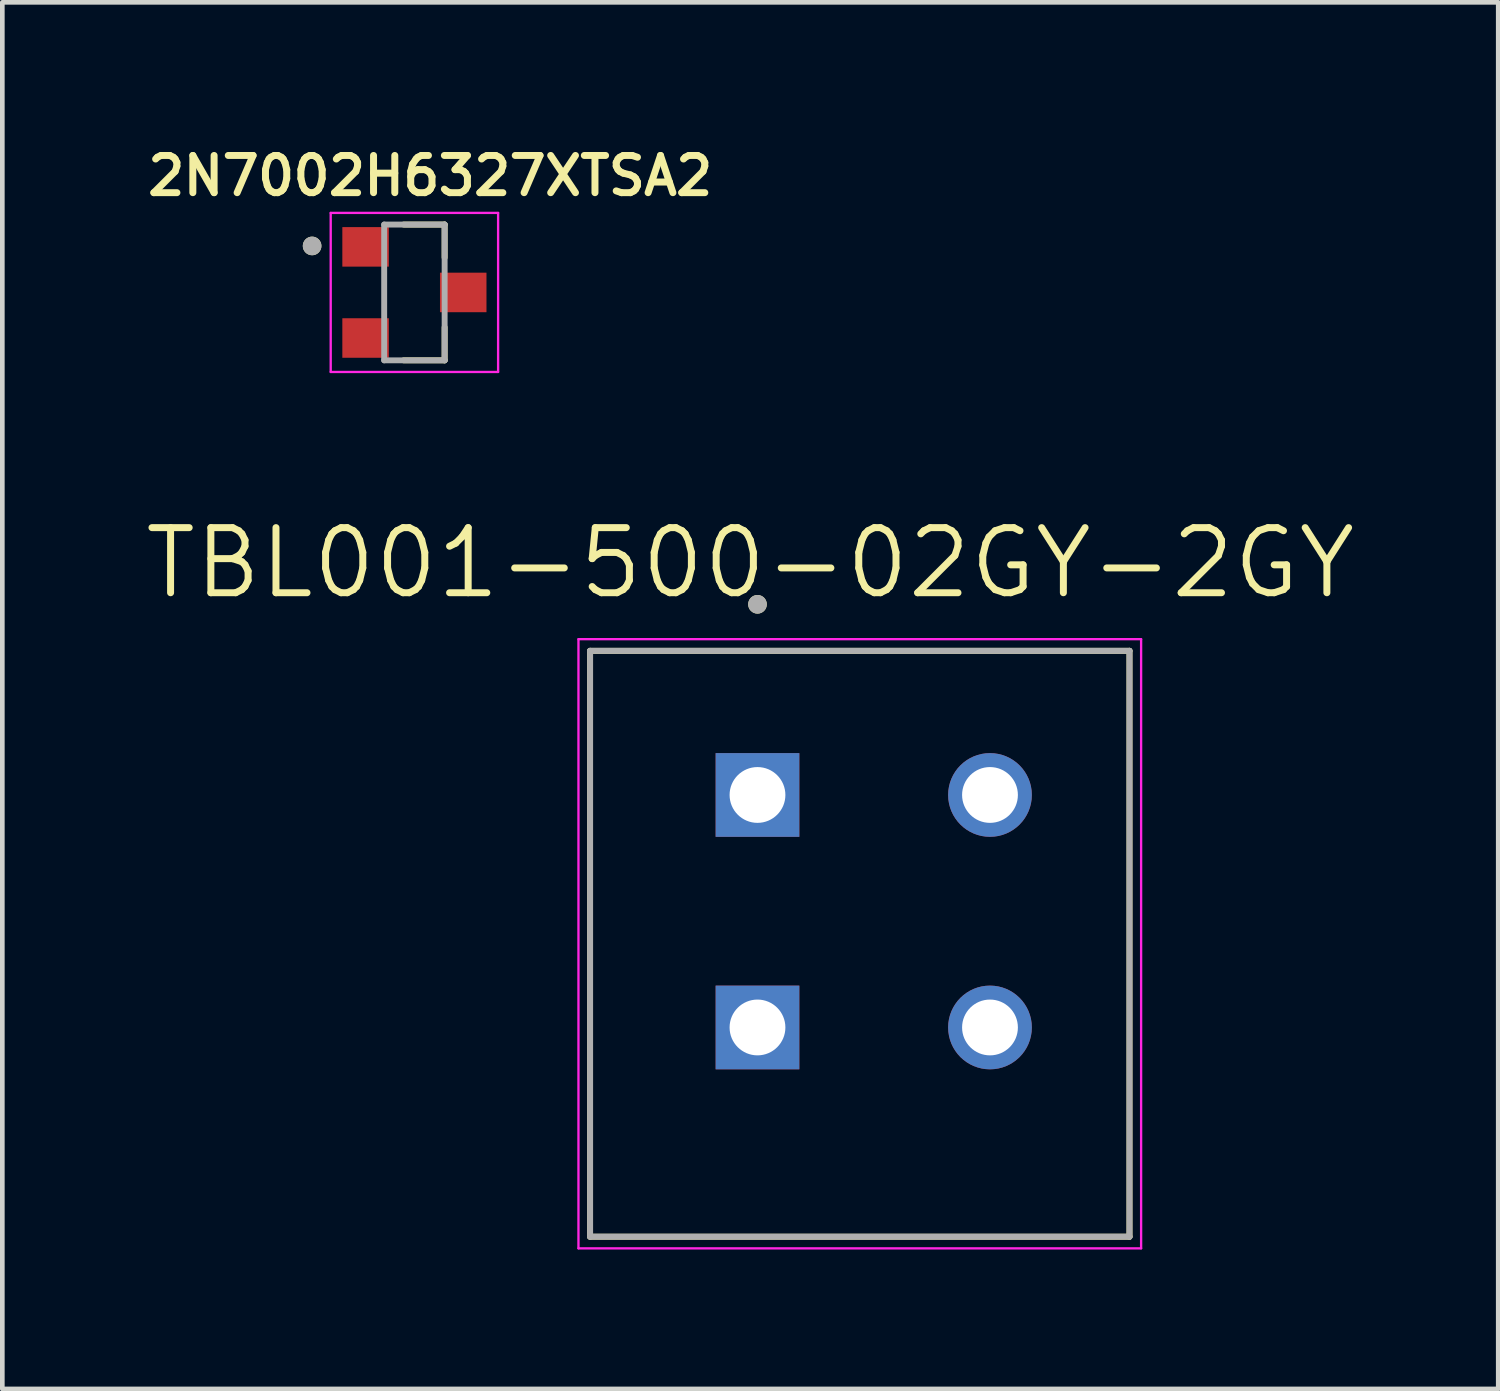
<source format=kicad_pcb>
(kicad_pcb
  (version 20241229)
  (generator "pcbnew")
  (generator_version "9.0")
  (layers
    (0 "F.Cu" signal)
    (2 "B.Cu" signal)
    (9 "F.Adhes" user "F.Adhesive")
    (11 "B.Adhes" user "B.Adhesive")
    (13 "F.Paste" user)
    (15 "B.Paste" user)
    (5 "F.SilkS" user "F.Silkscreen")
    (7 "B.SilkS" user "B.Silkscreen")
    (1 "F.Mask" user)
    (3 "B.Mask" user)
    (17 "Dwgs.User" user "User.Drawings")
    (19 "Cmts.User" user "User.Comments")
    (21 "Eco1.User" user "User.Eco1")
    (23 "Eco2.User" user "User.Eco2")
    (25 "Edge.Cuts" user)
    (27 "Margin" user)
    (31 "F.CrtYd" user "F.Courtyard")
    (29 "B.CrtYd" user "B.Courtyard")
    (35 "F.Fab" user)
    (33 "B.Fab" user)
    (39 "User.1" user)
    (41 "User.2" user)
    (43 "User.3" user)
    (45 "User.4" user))
  (footprint "TBL001-500-02GY-2GY"
    (layer "F.Cu")
    (at 13.24 14.046)
    (property "Reference" "TBL001-500-02GY-2GY" (at -0.155 -4.989 0) (layer "F.SilkS") (effects (font (size 1.4 1.4) (thickness 0.15))))
    (attr through_hole)
    (fp_line (start -3.6 -3.1) (end 8 -3.1) (stroke (width 0.127) (type solid)) (layer "F.SilkS"))
    (fp_line (start -3.6 9.5) (end -3.6 -3.1) (stroke (width 0.127) (type solid)) (layer "F.SilkS"))
    (fp_line (start 8 -3.1) (end 8 9.5) (stroke (width 0.127) (type solid)) (layer "F.SilkS"))
    (fp_line (start 8 9.5) (end -3.6 9.5) (stroke (width 0.127) (type solid)) (layer "F.SilkS"))
    (fp_circle (center 0 -4.1) (end 0.1 -4.1) (stroke (width 0.2) (type solid)) (fill no) (layer "F.SilkS"))
    (fp_line (start -3.85 -3.35) (end 8.25 -3.35) (stroke (width 0.05) (type solid)) (layer "F.CrtYd"))
    (fp_line (start -3.85 9.75) (end -3.85 -3.35) (stroke (width 0.05) (type solid)) (layer "F.CrtYd"))
    (fp_line (start 8.25 -3.35) (end 8.25 9.75) (stroke (width 0.05) (type solid)) (layer "F.CrtYd"))
    (fp_line (start 8.25 9.75) (end -3.85 9.75) (stroke (width 0.05) (type solid)) (layer "F.CrtYd"))
    (fp_line (start -3.6 -3.1) (end 8 -3.1) (stroke (width 0.127) (type solid)) (layer "F.Fab"))
    (fp_line (start -3.6 9.5) (end -3.6 -3.1) (stroke (width 0.127) (type solid)) (layer "F.Fab"))
    (fp_line (start 8 -3.1) (end 8 9.5) (stroke (width 0.127) (type solid)) (layer "F.Fab"))
    (fp_line (start 8 9.5) (end -3.6 9.5) (stroke (width 0.127) (type solid)) (layer "F.Fab"))
    (fp_circle (center 0 -4.1) (end 0.1 -4.1) (stroke (width 0.2) (type solid)) (fill no) (layer "F.Fab"))
    (pad "1_A" thru_hole rect (at 0 0) (size 1.8 1.8) (drill 1.2) (layers "*.Cu" "*.Mask"))
    (pad "1_B" thru_hole rect (at 0 5) (size 1.8 1.8) (drill 1.2) (layers "*.Cu" "*.Mask"))
    (pad "2_A" thru_hole circle (at 5 0) (size 1.8 1.8) (drill 1.2) (layers "*.Cu" "*.Mask"))
    (pad "2_B" thru_hole circle (at 5 5) (size 1.8 1.8) (drill 1.2) (layers "*.Cu" "*.Mask")))
  (footprint "2N7002H6327XTSA2"
    (layer "F.Cu")
    (at 5.862 3.239)
    (property "Reference" "2N7002H6327XTSA2" (at 0.34 -2.508 0) (layer "F.SilkS") (effects (font (size 0.8 0.8) (thickness 0.15))))
    (attr through_hole)
    (fp_line (start 0.65 -1.46) (end -0.23 -1.46) (stroke (width 0.127) (type solid)) (layer "F.SilkS"))
    (fp_line (start 0.65 -0.75) (end 0.65 -1.46) (stroke (width 0.127) (type solid)) (layer "F.SilkS"))
    (fp_line (start 0.65 0.75) (end 0.65 1.46) (stroke (width 0.127) (type solid)) (layer "F.SilkS"))
    (fp_line (start 0.65 1.46) (end -0.23 1.46) (stroke (width 0.127) (type solid)) (layer "F.SilkS"))
    (fp_circle (center -2.2 -1) (end -2.1 -1) (stroke (width 0.2) (type solid)) (fill no) (layer "F.SilkS"))
    (fp_line (start -1.8 -1.71) (end 1.8 -1.71) (stroke (width 0.05) (type solid)) (layer "F.CrtYd"))
    (fp_line (start -1.8 1.71) (end -1.8 -1.71) (stroke (width 0.05) (type solid)) (layer "F.CrtYd"))
    (fp_line (start 1.8 -1.71) (end 1.8 1.71) (stroke (width 0.05) (type solid)) (layer "F.CrtYd"))
    (fp_line (start 1.8 1.71) (end -1.8 1.71) (stroke (width 0.05) (type solid)) (layer "F.CrtYd"))
    (fp_line (start -0.65 -1.46) (end -0.65 1.46) (stroke (width 0.127) (type solid)) (layer "F.Fab"))
    (fp_line (start -0.65 1.46) (end 0.65 1.46) (stroke (width 0.127) (type solid)) (layer "F.Fab"))
    (fp_line (start 0.65 -1.46) (end -0.65 -1.46) (stroke (width 0.127) (type solid)) (layer "F.Fab"))
    (fp_line (start 0.65 1.46) (end 0.65 -1.46) (stroke (width 0.127) (type solid)) (layer "F.Fab"))
    (fp_circle (center -2.2 -1) (end -2.1 -1) (stroke (width 0.2) (type solid)) (fill no) (layer "F.Fab"))
    (pad "1" smd rect (at -1.05 -0.98 270) (size 0.85 1) (layers "F.Cu" "F.Mask" "F.Paste"))
    (pad "2" smd rect (at -1.05 0.98 270) (size 0.85 1) (layers "F.Cu" "F.Mask" "F.Paste"))
    (pad "3" smd rect (at 1.05 0 270) (size 0.85 1) (layers "F.Cu" "F.Mask" "F.Paste")))
  (gr_rect
    (start -3 -3)
    (end 29.17 26.82)
    (stroke (width 0.1) (type default))
    (fill no)
    (layer "Edge.Cuts")))
</source>
